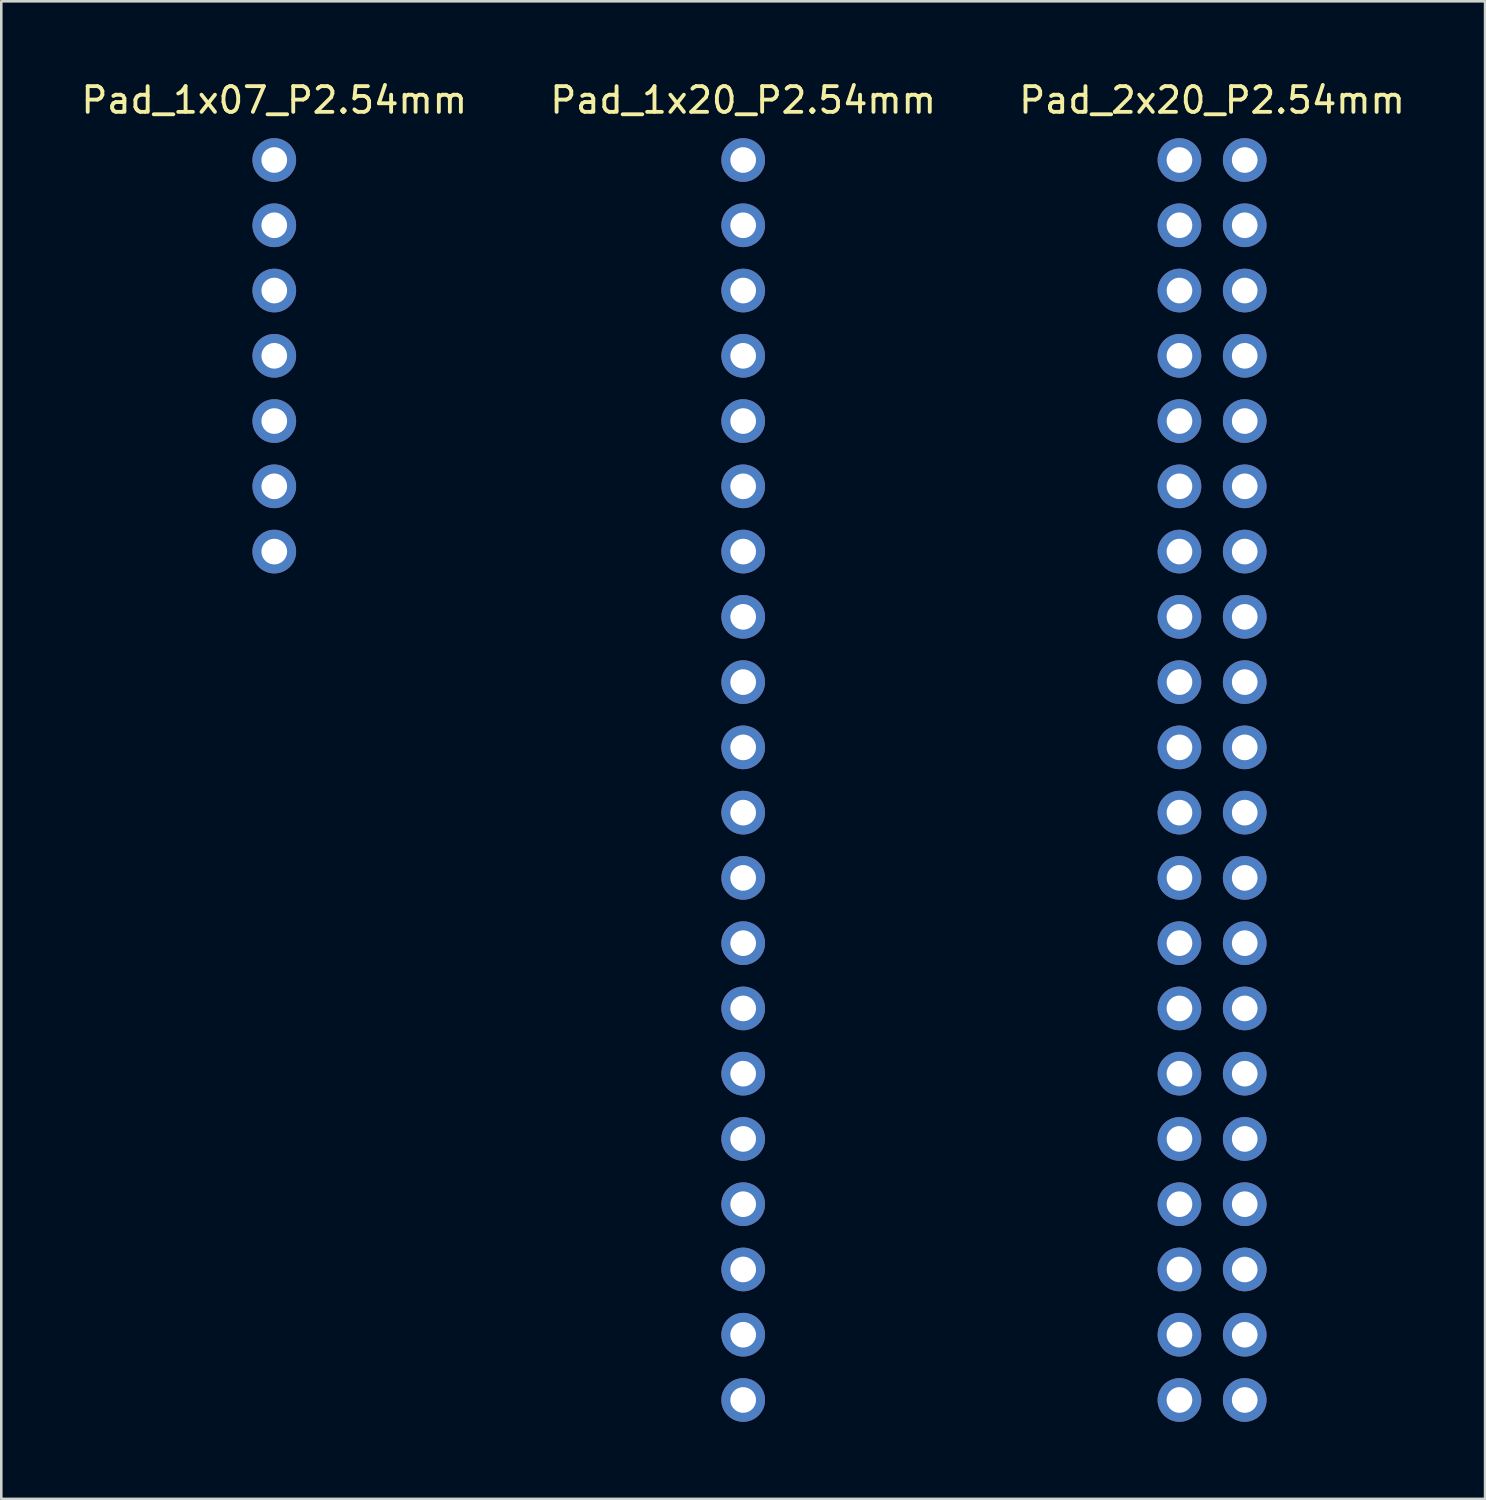
<source format=kicad_pcb>
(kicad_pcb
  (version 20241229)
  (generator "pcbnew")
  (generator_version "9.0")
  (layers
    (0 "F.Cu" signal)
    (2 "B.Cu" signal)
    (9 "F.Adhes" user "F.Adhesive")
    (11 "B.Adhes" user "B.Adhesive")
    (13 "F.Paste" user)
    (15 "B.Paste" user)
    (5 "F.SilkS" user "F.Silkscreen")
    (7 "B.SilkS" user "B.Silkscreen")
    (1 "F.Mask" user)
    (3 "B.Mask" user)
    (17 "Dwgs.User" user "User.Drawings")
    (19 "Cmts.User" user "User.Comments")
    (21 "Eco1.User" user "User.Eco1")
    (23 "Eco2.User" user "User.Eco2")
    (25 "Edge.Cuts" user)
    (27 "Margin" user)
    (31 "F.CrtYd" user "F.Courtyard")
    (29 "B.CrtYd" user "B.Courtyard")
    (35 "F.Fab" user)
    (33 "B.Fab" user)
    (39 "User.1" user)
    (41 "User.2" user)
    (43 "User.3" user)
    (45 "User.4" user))
  (footprint "Pad_2x20_P2.54mm"
    (layer "F.Cu")
    (at 42.855 3.178)
    (property "Reference" "Pad_2x20_P2.54mm" (at 1.27 -2.33 0) (layer "F.SilkS") (effects (font (size 1 1) (thickness 0.15))))
    (attr through_hole)
    (pad "1" thru_hole oval (at 0 0) (size 1.7 1.7) (drill 1) (layers "*.Cu" "*.Mask"))
    (pad "2" thru_hole oval (at 2.54 0) (size 1.7 1.7) (drill 1) (layers "*.Cu" "*.Mask"))
    (pad "3" thru_hole oval (at 0 2.54) (size 1.7 1.7) (drill 1) (layers "*.Cu" "*.Mask"))
    (pad "4" thru_hole oval (at 2.54 2.54) (size 1.7 1.7) (drill 1) (layers "*.Cu" "*.Mask"))
    (pad "5" thru_hole oval (at 0 5.08) (size 1.7 1.7) (drill 1) (layers "*.Cu" "*.Mask"))
    (pad "6" thru_hole oval (at 2.54 5.08) (size 1.7 1.7) (drill 1) (layers "*.Cu" "*.Mask"))
    (pad "7" thru_hole oval (at 0 7.62) (size 1.7 1.7) (drill 1) (layers "*.Cu" "*.Mask"))
    (pad "8" thru_hole oval (at 2.54 7.62) (size 1.7 1.7) (drill 1) (layers "*.Cu" "*.Mask"))
    (pad "9" thru_hole oval (at 0 10.16) (size 1.7 1.7) (drill 1) (layers "*.Cu" "*.Mask"))
    (pad "10" thru_hole oval (at 2.54 10.16) (size 1.7 1.7) (drill 1) (layers "*.Cu" "*.Mask"))
    (pad "11" thru_hole oval (at 0 12.7) (size 1.7 1.7) (drill 1) (layers "*.Cu" "*.Mask"))
    (pad "12" thru_hole oval (at 2.54 12.7) (size 1.7 1.7) (drill 1) (layers "*.Cu" "*.Mask"))
    (pad "13" thru_hole oval (at 0 15.24) (size 1.7 1.7) (drill 1) (layers "*.Cu" "*.Mask"))
    (pad "14" thru_hole oval (at 2.54 15.24) (size 1.7 1.7) (drill 1) (layers "*.Cu" "*.Mask"))
    (pad "15" thru_hole oval (at 0 17.78) (size 1.7 1.7) (drill 1) (layers "*.Cu" "*.Mask"))
    (pad "16" thru_hole oval (at 2.54 17.78) (size 1.7 1.7) (drill 1) (layers "*.Cu" "*.Mask"))
    (pad "17" thru_hole oval (at 0 20.32) (size 1.7 1.7) (drill 1) (layers "*.Cu" "*.Mask"))
    (pad "18" thru_hole oval (at 2.54 20.32) (size 1.7 1.7) (drill 1) (layers "*.Cu" "*.Mask"))
    (pad "19" thru_hole oval (at 0 22.86) (size 1.7 1.7) (drill 1) (layers "*.Cu" "*.Mask"))
    (pad "20" thru_hole oval (at 2.54 22.86) (size 1.7 1.7) (drill 1) (layers "*.Cu" "*.Mask"))
    (pad "21" thru_hole oval (at 0 25.4) (size 1.7 1.7) (drill 1) (layers "*.Cu" "*.Mask"))
    (pad "22" thru_hole oval (at 2.54 25.4) (size 1.7 1.7) (drill 1) (layers "*.Cu" "*.Mask"))
    (pad "23" thru_hole oval (at 0 27.94) (size 1.7 1.7) (drill 1) (layers "*.Cu" "*.Mask"))
    (pad "24" thru_hole oval (at 2.54 27.94) (size 1.7 1.7) (drill 1) (layers "*.Cu" "*.Mask"))
    (pad "25" thru_hole oval (at 0 30.48) (size 1.7 1.7) (drill 1) (layers "*.Cu" "*.Mask"))
    (pad "26" thru_hole oval (at 2.54 30.48) (size 1.7 1.7) (drill 1) (layers "*.Cu" "*.Mask"))
    (pad "27" thru_hole oval (at 0 33.02) (size 1.7 1.7) (drill 1) (layers "*.Cu" "*.Mask"))
    (pad "28" thru_hole oval (at 2.54 33.02) (size 1.7 1.7) (drill 1) (layers "*.Cu" "*.Mask"))
    (pad "29" thru_hole oval (at 0 35.56) (size 1.7 1.7) (drill 1) (layers "*.Cu" "*.Mask"))
    (pad "30" thru_hole oval (at 2.54 35.56) (size 1.7 1.7) (drill 1) (layers "*.Cu" "*.Mask"))
    (pad "31" thru_hole oval (at 0 38.1) (size 1.7 1.7) (drill 1) (layers "*.Cu" "*.Mask"))
    (pad "32" thru_hole oval (at 2.54 38.1) (size 1.7 1.7) (drill 1) (layers "*.Cu" "*.Mask"))
    (pad "33" thru_hole oval (at 0 40.64) (size 1.7 1.7) (drill 1) (layers "*.Cu" "*.Mask"))
    (pad "34" thru_hole oval (at 2.54 40.64) (size 1.7 1.7) (drill 1) (layers "*.Cu" "*.Mask"))
    (pad "35" thru_hole oval (at 0 43.18) (size 1.7 1.7) (drill 1) (layers "*.Cu" "*.Mask"))
    (pad "36" thru_hole oval (at 2.54 43.18) (size 1.7 1.7) (drill 1) (layers "*.Cu" "*.Mask"))
    (pad "37" thru_hole oval (at 0 45.72) (size 1.7 1.7) (drill 1) (layers "*.Cu" "*.Mask"))
    (pad "38" thru_hole oval (at 2.54 45.72) (size 1.7 1.7) (drill 1) (layers "*.Cu" "*.Mask"))
    (pad "39" thru_hole oval (at 0 48.26) (size 1.7 1.7) (drill 1) (layers "*.Cu" "*.Mask"))
    (pad "40" thru_hole oval (at 2.54 48.26) (size 1.7 1.7) (drill 1) (layers "*.Cu" "*.Mask")))
  (footprint "Pad_1x20_P2.54mm"
    (layer "F.Cu")
    (at 25.875 3.178)
    (property "Reference" "Pad_1x20_P2.54mm" (at 0 -2.33 0) (layer "F.SilkS") (effects (font (size 1 1) (thickness 0.15))))
    (attr through_hole)
    (pad "1" thru_hole oval (at 0 0) (size 1.7 1.7) (drill 1) (layers "*.Cu" "*.Mask"))
    (pad "2" thru_hole oval (at 0 2.54) (size 1.7 1.7) (drill 1) (layers "*.Cu" "*.Mask"))
    (pad "3" thru_hole oval (at 0 5.08) (size 1.7 1.7) (drill 1) (layers "*.Cu" "*.Mask"))
    (pad "4" thru_hole oval (at 0 7.62) (size 1.7 1.7) (drill 1) (layers "*.Cu" "*.Mask"))
    (pad "5" thru_hole oval (at 0 10.16) (size 1.7 1.7) (drill 1) (layers "*.Cu" "*.Mask"))
    (pad "6" thru_hole oval (at 0 12.7) (size 1.7 1.7) (drill 1) (layers "*.Cu" "*.Mask"))
    (pad "7" thru_hole oval (at 0 15.24) (size 1.7 1.7) (drill 1) (layers "*.Cu" "*.Mask"))
    (pad "8" thru_hole oval (at 0 17.78) (size 1.7 1.7) (drill 1) (layers "*.Cu" "*.Mask"))
    (pad "9" thru_hole oval (at 0 20.32) (size 1.7 1.7) (drill 1) (layers "*.Cu" "*.Mask"))
    (pad "10" thru_hole oval (at 0 22.86) (size 1.7 1.7) (drill 1) (layers "*.Cu" "*.Mask"))
    (pad "11" thru_hole oval (at 0 25.4) (size 1.7 1.7) (drill 1) (layers "*.Cu" "*.Mask"))
    (pad "12" thru_hole oval (at 0 27.94) (size 1.7 1.7) (drill 1) (layers "*.Cu" "*.Mask"))
    (pad "13" thru_hole oval (at 0 30.48) (size 1.7 1.7) (drill 1) (layers "*.Cu" "*.Mask"))
    (pad "14" thru_hole oval (at 0 33.02) (size 1.7 1.7) (drill 1) (layers "*.Cu" "*.Mask"))
    (pad "15" thru_hole oval (at 0 35.56) (size 1.7 1.7) (drill 1) (layers "*.Cu" "*.Mask"))
    (pad "16" thru_hole oval (at 0 38.1) (size 1.7 1.7) (drill 1) (layers "*.Cu" "*.Mask"))
    (pad "17" thru_hole oval (at 0 40.64) (size 1.7 1.7) (drill 1) (layers "*.Cu" "*.Mask"))
    (pad "18" thru_hole oval (at 0 43.18) (size 1.7 1.7) (drill 1) (layers "*.Cu" "*.Mask"))
    (pad "19" thru_hole oval (at 0 45.72) (size 1.7 1.7) (drill 1) (layers "*.Cu" "*.Mask"))
    (pad "20" thru_hole oval (at 0 48.26) (size 1.7 1.7) (drill 1) (layers "*.Cu" "*.Mask")))
  (footprint "Pad_1x07_P2.54mm"
    (layer "F.Cu")
    (at 7.625 3.178)
    (property "Reference" "Pad_1x07_P2.54mm" (at 0 -2.33 0) (layer "F.SilkS") (effects (font (size 1 1) (thickness 0.15))))
    (attr through_hole)
    (pad "1" thru_hole oval (at 0 0) (size 1.7 1.7) (drill 1) (layers "*.Cu" "*.Mask"))
    (pad "2" thru_hole oval (at 0 2.54) (size 1.7 1.7) (drill 1) (layers "*.Cu" "*.Mask"))
    (pad "3" thru_hole oval (at 0 5.08) (size 1.7 1.7) (drill 1) (layers "*.Cu" "*.Mask"))
    (pad "4" thru_hole oval (at 0 7.62) (size 1.7 1.7) (drill 1) (layers "*.Cu" "*.Mask"))
    (pad "5" thru_hole oval (at 0 10.16) (size 1.7 1.7) (drill 1) (layers "*.Cu" "*.Mask"))
    (pad "6" thru_hole oval (at 0 12.7) (size 1.7 1.7) (drill 1) (layers "*.Cu" "*.Mask"))
    (pad "7" thru_hole oval (at 0 15.24) (size 1.7 1.7) (drill 1) (layers "*.Cu" "*.Mask")))
  (gr_rect
    (start -3 -3)
    (end 54.75 55.288)
    (stroke (width 0.1) (type default))
    (fill no)
    (layer "Edge.Cuts")))
</source>
